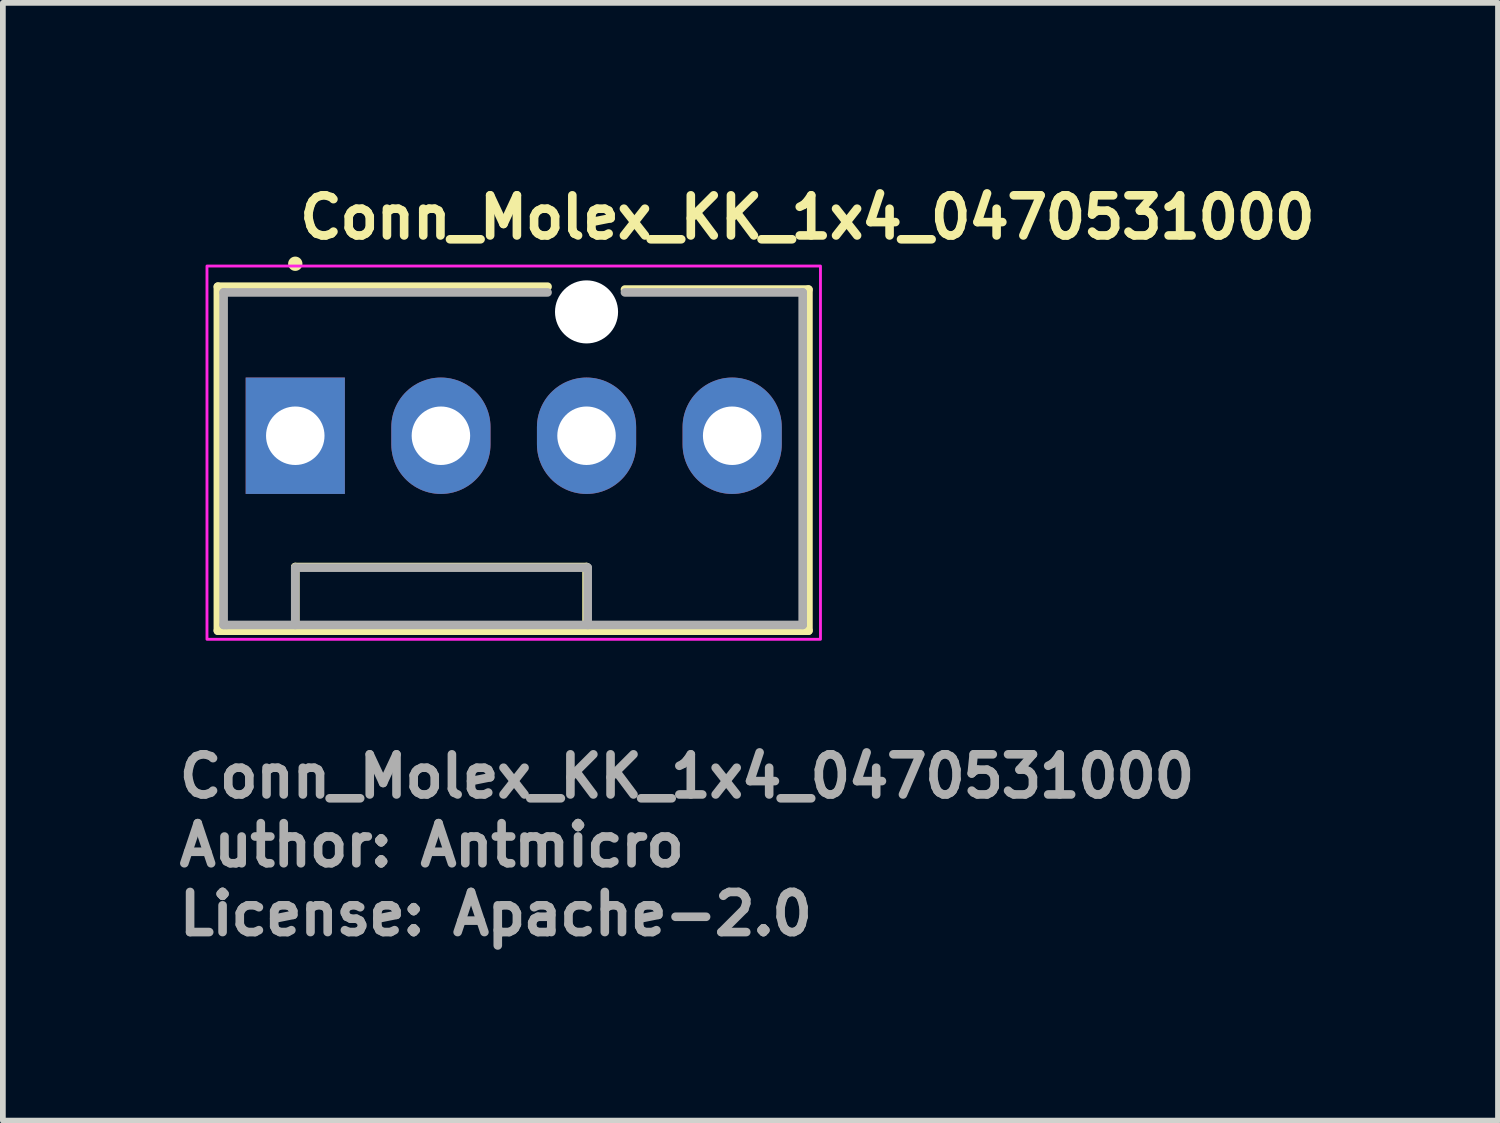
<source format=kicad_pcb>
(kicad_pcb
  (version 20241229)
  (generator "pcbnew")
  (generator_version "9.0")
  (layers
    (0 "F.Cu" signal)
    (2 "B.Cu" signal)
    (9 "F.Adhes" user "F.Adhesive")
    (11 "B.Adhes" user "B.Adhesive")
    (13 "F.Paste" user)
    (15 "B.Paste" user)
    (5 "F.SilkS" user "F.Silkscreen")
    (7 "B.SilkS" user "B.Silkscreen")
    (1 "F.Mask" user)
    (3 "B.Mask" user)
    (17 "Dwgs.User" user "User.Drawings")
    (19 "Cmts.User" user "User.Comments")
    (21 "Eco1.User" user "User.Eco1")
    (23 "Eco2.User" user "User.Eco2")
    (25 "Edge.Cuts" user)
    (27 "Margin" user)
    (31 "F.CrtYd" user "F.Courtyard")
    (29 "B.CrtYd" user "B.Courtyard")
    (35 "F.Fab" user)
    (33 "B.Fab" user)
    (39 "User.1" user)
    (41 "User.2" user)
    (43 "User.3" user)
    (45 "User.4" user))
  (footprint "Conn_Molex_KK_1x4_0470531000"
    (layer "F.Cu")
    (at 2.1 4.55)
    (property "Reference" "Conn_Molex_KK_1x4_0470531000" (at 0 -3.4 0) (layer "F.SilkS") (effects (font (size 0.7 0.7) (thickness 0.15)) (justify left bottom)))
    (attr through_hole)
    (fp_line (start -1.35 -2.6) (end 4.4 -2.6) (stroke (width 0.15) (type solid)) (layer "F.SilkS"))
    (fp_line (start -1.35 3.4) (end -1.35 -2.6) (stroke (width 0.15) (type solid)) (layer "F.SilkS"))
    (fp_line (start 0 2.29) (end 5.08 2.29) (stroke (width 0.15) (type solid)) (layer "F.SilkS"))
    (fp_line (start 0 3.3) (end 0 2.29) (stroke (width 0.15) (type solid)) (layer "F.SilkS"))
    (fp_line (start 5.08 2.29) (end 5.08 3.3) (stroke (width 0.15) (type solid)) (layer "F.SilkS"))
    (fp_line (start 5.75 -2.55) (end 8.95 -2.55) (stroke (width 0.15) (type solid)) (layer "F.SilkS"))
    (fp_line (start 8.95 -2.55) (end 8.95 3.4) (stroke (width 0.15) (type solid)) (layer "F.SilkS"))
    (fp_line (start 8.95 3.4) (end -1.35 3.4) (stroke (width 0.15) (type solid)) (layer "F.SilkS"))
    (fp_circle (center 0 -3) (end 0.05 -3) (stroke (width 0.15) (type solid)) (fill yes) (layer "F.SilkS"))
    (fp_rect (start -1.54 -2.96) (end 9.16 3.55) (stroke (width 0.05) (type solid)) (fill no) (layer "F.CrtYd"))
    (fp_line (start -1.25 -2.5) (end 4.4 -2.5) (stroke (width 0.15) (type solid)) (layer "F.Fab"))
    (fp_line (start -1.25 3.3) (end -1.25 -2.5) (stroke (width 0.15) (type solid)) (layer "F.Fab"))
    (fp_line (start -1.2 3.3) (end -1.25 3.3) (stroke (width 0.15) (type solid)) (layer "F.Fab"))
    (fp_line (start 0 2.3) (end 0 3.3) (stroke (width 0.15) (type solid)) (layer "F.Fab"))
    (fp_line (start 5.1 2.3) (end 0 2.3) (stroke (width 0.15) (type solid)) (layer "F.Fab"))
    (fp_line (start 5.1 3.3) (end 5.1 2.3) (stroke (width 0.15) (type solid)) (layer "F.Fab"))
    (fp_line (start 5.75 -2.5) (end 8.85 -2.5) (stroke (width 0.15) (type solid)) (layer "F.Fab"))
    (fp_line (start 8.85 -2.5) (end 8.85 3.3) (stroke (width 0.15) (type solid)) (layer "F.Fab"))
    (fp_line (start 8.85 3.3) (end -1.2 3.3) (stroke (width 0.15) (type solid)) (layer "F.Fab"))
    (fp_rect (start -1.29 -2.54) (end 8.91 3.3) (stroke (width 0.1) (type solid)) (fill no) (layer "User.5"))
    (fp_line (start -1.29 -2.54) (end -1.29 1.3) (stroke (width 0.02) (type solid)) (layer "User.9"))
    (fp_line (start -1.29 1.3) (end -1.29 1.313) (stroke (width 0.02) (type solid)) (layer "User.9"))
    (fp_line (start -1.29 1.3) (end 0 1.3) (stroke (width 0.02) (type solid)) (layer "User.9"))
    (fp_line (start -1.29 1.313) (end -1.29 1.313) (stroke (width 0.02) (type solid)) (layer "User.9"))
    (fp_line (start -1.29 1.313) (end -1.29 1.35) (stroke (width 0.02) (type solid)) (layer "User.9"))
    (fp_line (start -1.29 1.35) (end -1.29 1.35) (stroke (width 0.02) (type solid)) (layer "User.9"))
    (fp_line (start -1.29 1.35) (end -1.29 1.409) (stroke (width 0.02) (type solid)) (layer "User.9"))
    (fp_line (start -1.29 1.409) (end -1.29 1.409) (stroke (width 0.02) (type solid)) (layer "User.9"))
    (fp_line (start -1.29 1.409) (end -1.29 1.488) (stroke (width 0.02) (type solid)) (layer "User.9"))
    (fp_line (start -1.29 1.488) (end -1.29 1.488) (stroke (width 0.02) (type solid)) (layer "User.9"))
    (fp_line (start -1.29 1.488) (end -1.29 1.583) (stroke (width 0.02) (type solid)) (layer "User.9"))
    (fp_line (start -1.29 1.583) (end -1.29 1.583) (stroke (width 0.02) (type solid)) (layer "User.9"))
    (fp_line (start -1.29 1.583) (end -1.29 1.8) (stroke (width 0.02) (type solid)) (layer "User.9"))
    (fp_line (start -1.29 1.8) (end -1.29 1.8) (stroke (width 0.02) (type solid)) (layer "User.9"))
    (fp_line (start -1.29 1.8) (end -1.29 1.911) (stroke (width 0.02) (type solid)) (layer "User.9"))
    (fp_line (start -1.29 1.911) (end -1.29 1.911) (stroke (width 0.02) (type solid)) (layer "User.9"))
    (fp_line (start -1.29 1.911) (end -1.29 2.017) (stroke (width 0.02) (type solid)) (layer "User.9"))
    (fp_line (start -1.29 2.017) (end -1.29 2.017) (stroke (width 0.02) (type solid)) (layer "User.9"))
    (fp_line (start -1.29 2.017) (end -1.29 2.112) (stroke (width 0.02) (type solid)) (layer "User.9"))
    (fp_line (start -1.29 2.112) (end -1.29 2.112) (stroke (width 0.02) (type solid)) (layer "User.9"))
    (fp_line (start -1.29 2.112) (end -1.29 2.191) (stroke (width 0.02) (type solid)) (layer "User.9"))
    (fp_line (start -1.29 2.191) (end -1.29 2.191) (stroke (width 0.02) (type solid)) (layer "User.9"))
    (fp_line (start -1.29 2.191) (end -1.29 2.25) (stroke (width 0.02) (type solid)) (layer "User.9"))
    (fp_line (start -1.29 2.25) (end -1.29 2.25) (stroke (width 0.02) (type solid)) (layer "User.9"))
    (fp_line (start -1.29 2.25) (end -1.29 2.287) (stroke (width 0.02) (type solid)) (layer "User.9"))
    (fp_line (start -1.29 2.287) (end -1.29 2.287) (stroke (width 0.02) (type solid)) (layer "User.9"))
    (fp_line (start -1.29 2.287) (end -1.29 2.3) (stroke (width 0.02) (type solid)) (layer "User.9"))
    (fp_line (start -1.29 2.3) (end -1.29 3.3) (stroke (width 0.02) (type solid)) (layer "User.9"))
    (fp_line (start -1.29 2.3) (end 0 2.3) (stroke (width 0.02) (type solid)) (layer "User.9"))
    (fp_line (start -1.29 3.3) (end 0 3.3) (stroke (width 0.02) (type solid)) (layer "User.9"))
    (fp_line (start -0.32 -0.32) (end -0.17 -0.17) (stroke (width 0.02) (type solid)) (layer "User.9"))
    (fp_line (start -0.32 -0.32) (end 0.32 -0.32) (stroke (width 0.02) (type solid)) (layer "User.9"))
    (fp_line (start -0.32 0.32) (end -0.32 -0.32) (stroke (width 0.02) (type solid)) (layer "User.9"))
    (fp_line (start -0.32 0.32) (end -0.17 0.17) (stroke (width 0.02) (type solid)) (layer "User.9"))
    (fp_line (start -0.17 -0.17) (end 0.17 -0.17) (stroke (width 0.02) (type solid)) (layer "User.9"))
    (fp_line (start -0.17 0.17) (end -0.17 -0.17) (stroke (width 0.02) (type solid)) (layer "User.9"))
    (fp_line (start 0 1.15) (end 0 2.3) (stroke (width 0.02) (type solid)) (layer "User.9"))
    (fp_line (start 0 1.15) (end 5.08 1.15) (stroke (width 0.02) (type solid)) (layer "User.9"))
    (fp_line (start 0 2.3) (end 0 3.3) (stroke (width 0.02) (type solid)) (layer "User.9"))
    (fp_line (start 0 2.3) (end 5.08 2.3) (stroke (width 0.02) (type solid)) (layer "User.9"))
    (fp_line (start 0 3.3) (end 5.08 3.3) (stroke (width 0.02) (type solid)) (layer "User.9"))
    (fp_line (start 0.17 -0.17) (end 0.17 0.17) (stroke (width 0.02) (type solid)) (layer "User.9"))
    (fp_line (start 0.17 0.17) (end -0.17 0.17) (stroke (width 0.02) (type solid)) (layer "User.9"))
    (fp_line (start 0.32 -0.32) (end 0.17 -0.17) (stroke (width 0.02) (type solid)) (layer "User.9"))
    (fp_line (start 0.32 -0.32) (end 0.32 0.32) (stroke (width 0.02) (type solid)) (layer "User.9"))
    (fp_line (start 0.32 0.32) (end -0.32 0.32) (stroke (width 0.02) (type solid)) (layer "User.9"))
    (fp_line (start 0.32 0.32) (end 0.17 0.17) (stroke (width 0.02) (type solid)) (layer "User.9"))
    (fp_line (start 2.22 -0.32) (end 2.37 -0.17) (stroke (width 0.02) (type solid)) (layer "User.9"))
    (fp_line (start 2.22 -0.32) (end 2.86 -0.32) (stroke (width 0.02) (type solid)) (layer "User.9"))
    (fp_line (start 2.22 0.32) (end 2.22 -0.32) (stroke (width 0.02) (type solid)) (layer "User.9"))
    (fp_line (start 2.22 0.32) (end 2.37 0.17) (stroke (width 0.02) (type solid)) (layer "User.9"))
    (fp_line (start 2.37 -0.17) (end 2.71 -0.17) (stroke (width 0.02) (type solid)) (layer "User.9"))
    (fp_line (start 2.37 0.17) (end 2.37 -0.17) (stroke (width 0.02) (type solid)) (layer "User.9"))
    (fp_line (start 2.71 -0.17) (end 2.71 0.17) (stroke (width 0.02) (type solid)) (layer "User.9"))
    (fp_line (start 2.71 0.17) (end 2.37 0.17) (stroke (width 0.02) (type solid)) (layer "User.9"))
    (fp_line (start 2.86 -0.32) (end 2.71 -0.17) (stroke (width 0.02) (type solid)) (layer "User.9"))
    (fp_line (start 2.86 -0.32) (end 2.86 0.32) (stroke (width 0.02) (type solid)) (layer "User.9"))
    (fp_line (start 2.86 0.32) (end 2.22 0.32) (stroke (width 0.02) (type solid)) (layer "User.9"))
    (fp_line (start 2.86 0.32) (end 2.71 0.17) (stroke (width 0.02) (type solid)) (layer "User.9"))
    (fp_line (start 4.76 -0.32) (end 4.91 -0.17) (stroke (width 0.02) (type solid)) (layer "User.9"))
    (fp_line (start 4.76 -0.32) (end 5.4 -0.32) (stroke (width 0.02) (type solid)) (layer "User.9"))
    (fp_line (start 4.76 0.32) (end 4.76 -0.32) (stroke (width 0.02) (type solid)) (layer "User.9"))
    (fp_line (start 4.76 0.32) (end 4.91 0.17) (stroke (width 0.02) (type solid)) (layer "User.9"))
    (fp_line (start 4.91 -0.17) (end 5.25 -0.17) (stroke (width 0.02) (type solid)) (layer "User.9"))
    (fp_line (start 4.91 0.17) (end 4.91 -0.17) (stroke (width 0.02) (type solid)) (layer "User.9"))
    (fp_line (start 5.08 1.15) (end 5.08 2.3) (stroke (width 0.02) (type solid)) (layer "User.9"))
    (fp_line (start 5.08 1.3) (end 8.91 1.3) (stroke (width 0.02) (type solid)) (layer "User.9"))
    (fp_line (start 5.08 2.3) (end 8.91 2.3) (stroke (width 0.02) (type solid)) (layer "User.9"))
    (fp_line (start 5.08 3.3) (end 5.08 2.3) (stroke (width 0.02) (type solid)) (layer "User.9"))
    (fp_line (start 5.08 3.3) (end 8.91 3.3) (stroke (width 0.02) (type solid)) (layer "User.9"))
    (fp_line (start 5.25 -0.17) (end 5.25 0.17) (stroke (width 0.02) (type solid)) (layer "User.9"))
    (fp_line (start 5.25 0.17) (end 4.91 0.17) (stroke (width 0.02) (type solid)) (layer "User.9"))
    (fp_line (start 5.4 -0.32) (end 5.25 -0.17) (stroke (width 0.02) (type solid)) (layer "User.9"))
    (fp_line (start 5.4 -0.32) (end 5.4 0.32) (stroke (width 0.02) (type solid)) (layer "User.9"))
    (fp_line (start 5.4 0.32) (end 4.76 0.32) (stroke (width 0.02) (type solid)) (layer "User.9"))
    (fp_line (start 5.4 0.32) (end 5.25 0.17) (stroke (width 0.02) (type solid)) (layer "User.9"))
    (fp_line (start 7.3 -0.32) (end 7.45 -0.17) (stroke (width 0.02) (type solid)) (layer "User.9"))
    (fp_line (start 7.3 -0.32) (end 7.94 -0.32) (stroke (width 0.02) (type solid)) (layer "User.9"))
    (fp_line (start 7.3 0.32) (end 7.3 -0.32) (stroke (width 0.02) (type solid)) (layer "User.9"))
    (fp_line (start 7.3 0.32) (end 7.45 0.17) (stroke (width 0.02) (type solid)) (layer "User.9"))
    (fp_line (start 7.45 -0.17) (end 7.79 -0.17) (stroke (width 0.02) (type solid)) (layer "User.9"))
    (fp_line (start 7.45 0.17) (end 7.45 -0.17) (stroke (width 0.02) (type solid)) (layer "User.9"))
    (fp_line (start 7.79 -0.17) (end 7.79 0.17) (stroke (width 0.02) (type solid)) (layer "User.9"))
    (fp_line (start 7.79 0.17) (end 7.45 0.17) (stroke (width 0.02) (type solid)) (layer "User.9"))
    (fp_line (start 7.94 -0.32) (end 7.79 -0.17) (stroke (width 0.02) (type solid)) (layer "User.9"))
    (fp_line (start 7.94 -0.32) (end 7.94 0.32) (stroke (width 0.02) (type solid)) (layer "User.9"))
    (fp_line (start 7.94 0.32) (end 7.3 0.32) (stroke (width 0.02) (type solid)) (layer "User.9"))
    (fp_line (start 7.94 0.32) (end 7.79 0.17) (stroke (width 0.02) (type solid)) (layer "User.9"))
    (fp_line (start 8.91 -2.54) (end -1.29 -2.54) (stroke (width 0.02) (type solid)) (layer "User.9"))
    (fp_line (start 8.91 1.3) (end 8.91 -2.54) (stroke (width 0.02) (type solid)) (layer "User.9"))
    (fp_line (start 8.91 1.3) (end 8.91 1.313) (stroke (width 0.02) (type solid)) (layer "User.9"))
    (fp_line (start 8.91 1.313) (end 8.91 1.313) (stroke (width 0.02) (type solid)) (layer "User.9"))
    (fp_line (start 8.91 1.313) (end 8.91 1.35) (stroke (width 0.02) (type solid)) (layer "User.9"))
    (fp_line (start 8.91 1.35) (end 8.91 1.35) (stroke (width 0.02) (type solid)) (layer "User.9"))
    (fp_line (start 8.91 1.35) (end 8.91 1.409) (stroke (width 0.02) (type solid)) (layer "User.9"))
    (fp_line (start 8.91 1.409) (end 8.91 1.409) (stroke (width 0.02) (type solid)) (layer "User.9"))
    (fp_line (start 8.91 1.409) (end 8.91 1.488) (stroke (width 0.02) (type solid)) (layer "User.9"))
    (fp_line (start 8.91 1.488) (end 8.91 1.488) (stroke (width 0.02) (type solid)) (layer "User.9"))
    (fp_line (start 8.91 1.488) (end 8.91 1.583) (stroke (width 0.02) (type solid)) (layer "User.9"))
    (fp_line (start 8.91 1.583) (end 8.91 1.583) (stroke (width 0.02) (type solid)) (layer "User.9"))
    (fp_line (start 8.91 1.583) (end 8.91 1.8) (stroke (width 0.02) (type solid)) (layer "User.9"))
    (fp_line (start 8.91 1.8) (end 8.91 1.8) (stroke (width 0.02) (type solid)) (layer "User.9"))
    (fp_line (start 8.91 1.8) (end 8.91 1.911) (stroke (width 0.02) (type solid)) (layer "User.9"))
    (fp_line (start 8.91 1.911) (end 8.91 1.911) (stroke (width 0.02) (type solid)) (layer "User.9"))
    (fp_line (start 8.91 1.911) (end 8.91 2.017) (stroke (width 0.02) (type solid)) (layer "User.9"))
    (fp_line (start 8.91 2.017) (end 8.91 2.017) (stroke (width 0.02) (type solid)) (layer "User.9"))
    (fp_line (start 8.91 2.017) (end 8.91 2.112) (stroke (width 0.02) (type solid)) (layer "User.9"))
    (fp_line (start 8.91 2.112) (end 8.91 2.112) (stroke (width 0.02) (type solid)) (layer "User.9"))
    (fp_line (start 8.91 2.112) (end 8.91 2.191) (stroke (width 0.02) (type solid)) (layer "User.9"))
    (fp_line (start 8.91 2.191) (end 8.91 2.191) (stroke (width 0.02) (type solid)) (layer "User.9"))
    (fp_line (start 8.91 2.191) (end 8.91 2.25) (stroke (width 0.02) (type solid)) (layer "User.9"))
    (fp_line (start 8.91 2.25) (end 8.91 2.25) (stroke (width 0.02) (type solid)) (layer "User.9"))
    (fp_line (start 8.91 2.25) (end 8.91 2.287) (stroke (width 0.02) (type solid)) (layer "User.9"))
    (fp_line (start 8.91 2.287) (end 8.91 2.287) (stroke (width 0.02) (type solid)) (layer "User.9"))
    (fp_line (start 8.91 2.287) (end 8.91 2.3) (stroke (width 0.02) (type solid)) (layer "User.9"))
    (fp_line (start 8.91 3.3) (end 8.91 2.3) (stroke (width 0.02) (type solid)) (layer "User.9"))
    (fp_text user "License: Apache-2.0" (at -2.1 8.75 0) (layer "F.Fab") (effects (font (size 0.7 0.7) (thickness 0.15)) (justify left bottom)))
    (fp_text user "Author: Antmicro" (at -2.1 7.55 0) (layer "F.Fab") (effects (font (size 0.7 0.7) (thickness 0.15)) (justify left bottom)))
    (fp_text user "${REFERENCE}" (at -2.1 6.35 0) (layer "F.Fab") (effects (font (size 0.7 0.7) (thickness 0.15)) (justify left bottom)))
    (pad "" np_thru_hole circle (at 5.08 -2.16 90) (size 1.1 1.1) (drill 1.1) (layers "*.Cu" "*.Mask"))
    (pad "1" thru_hole rect (at 0 0 90) (size 2.03 1.73) (drill 1.02) (layers "*.Cu" "*.Mask"))
    (pad "2" thru_hole oval (at 2.54 0 90) (size 2.03 1.73) (drill 1.02) (layers "*.Cu" "*.Mask"))
    (pad "3" thru_hole oval (at 5.08 0 90) (size 2.03 1.73) (drill 1.02) (layers "*.Cu" "*.Mask"))
    (pad "4" thru_hole oval (at 7.62 0 90) (size 2.03 1.73) (drill 1.02) (layers "*.Cu" "*.Mask")))
  (gr_rect
    (start -3 -3)
    (end 23.077 16.495)
    (stroke (width 0.1) (type default))
    (fill no)
    (layer "Edge.Cuts")))
</source>
